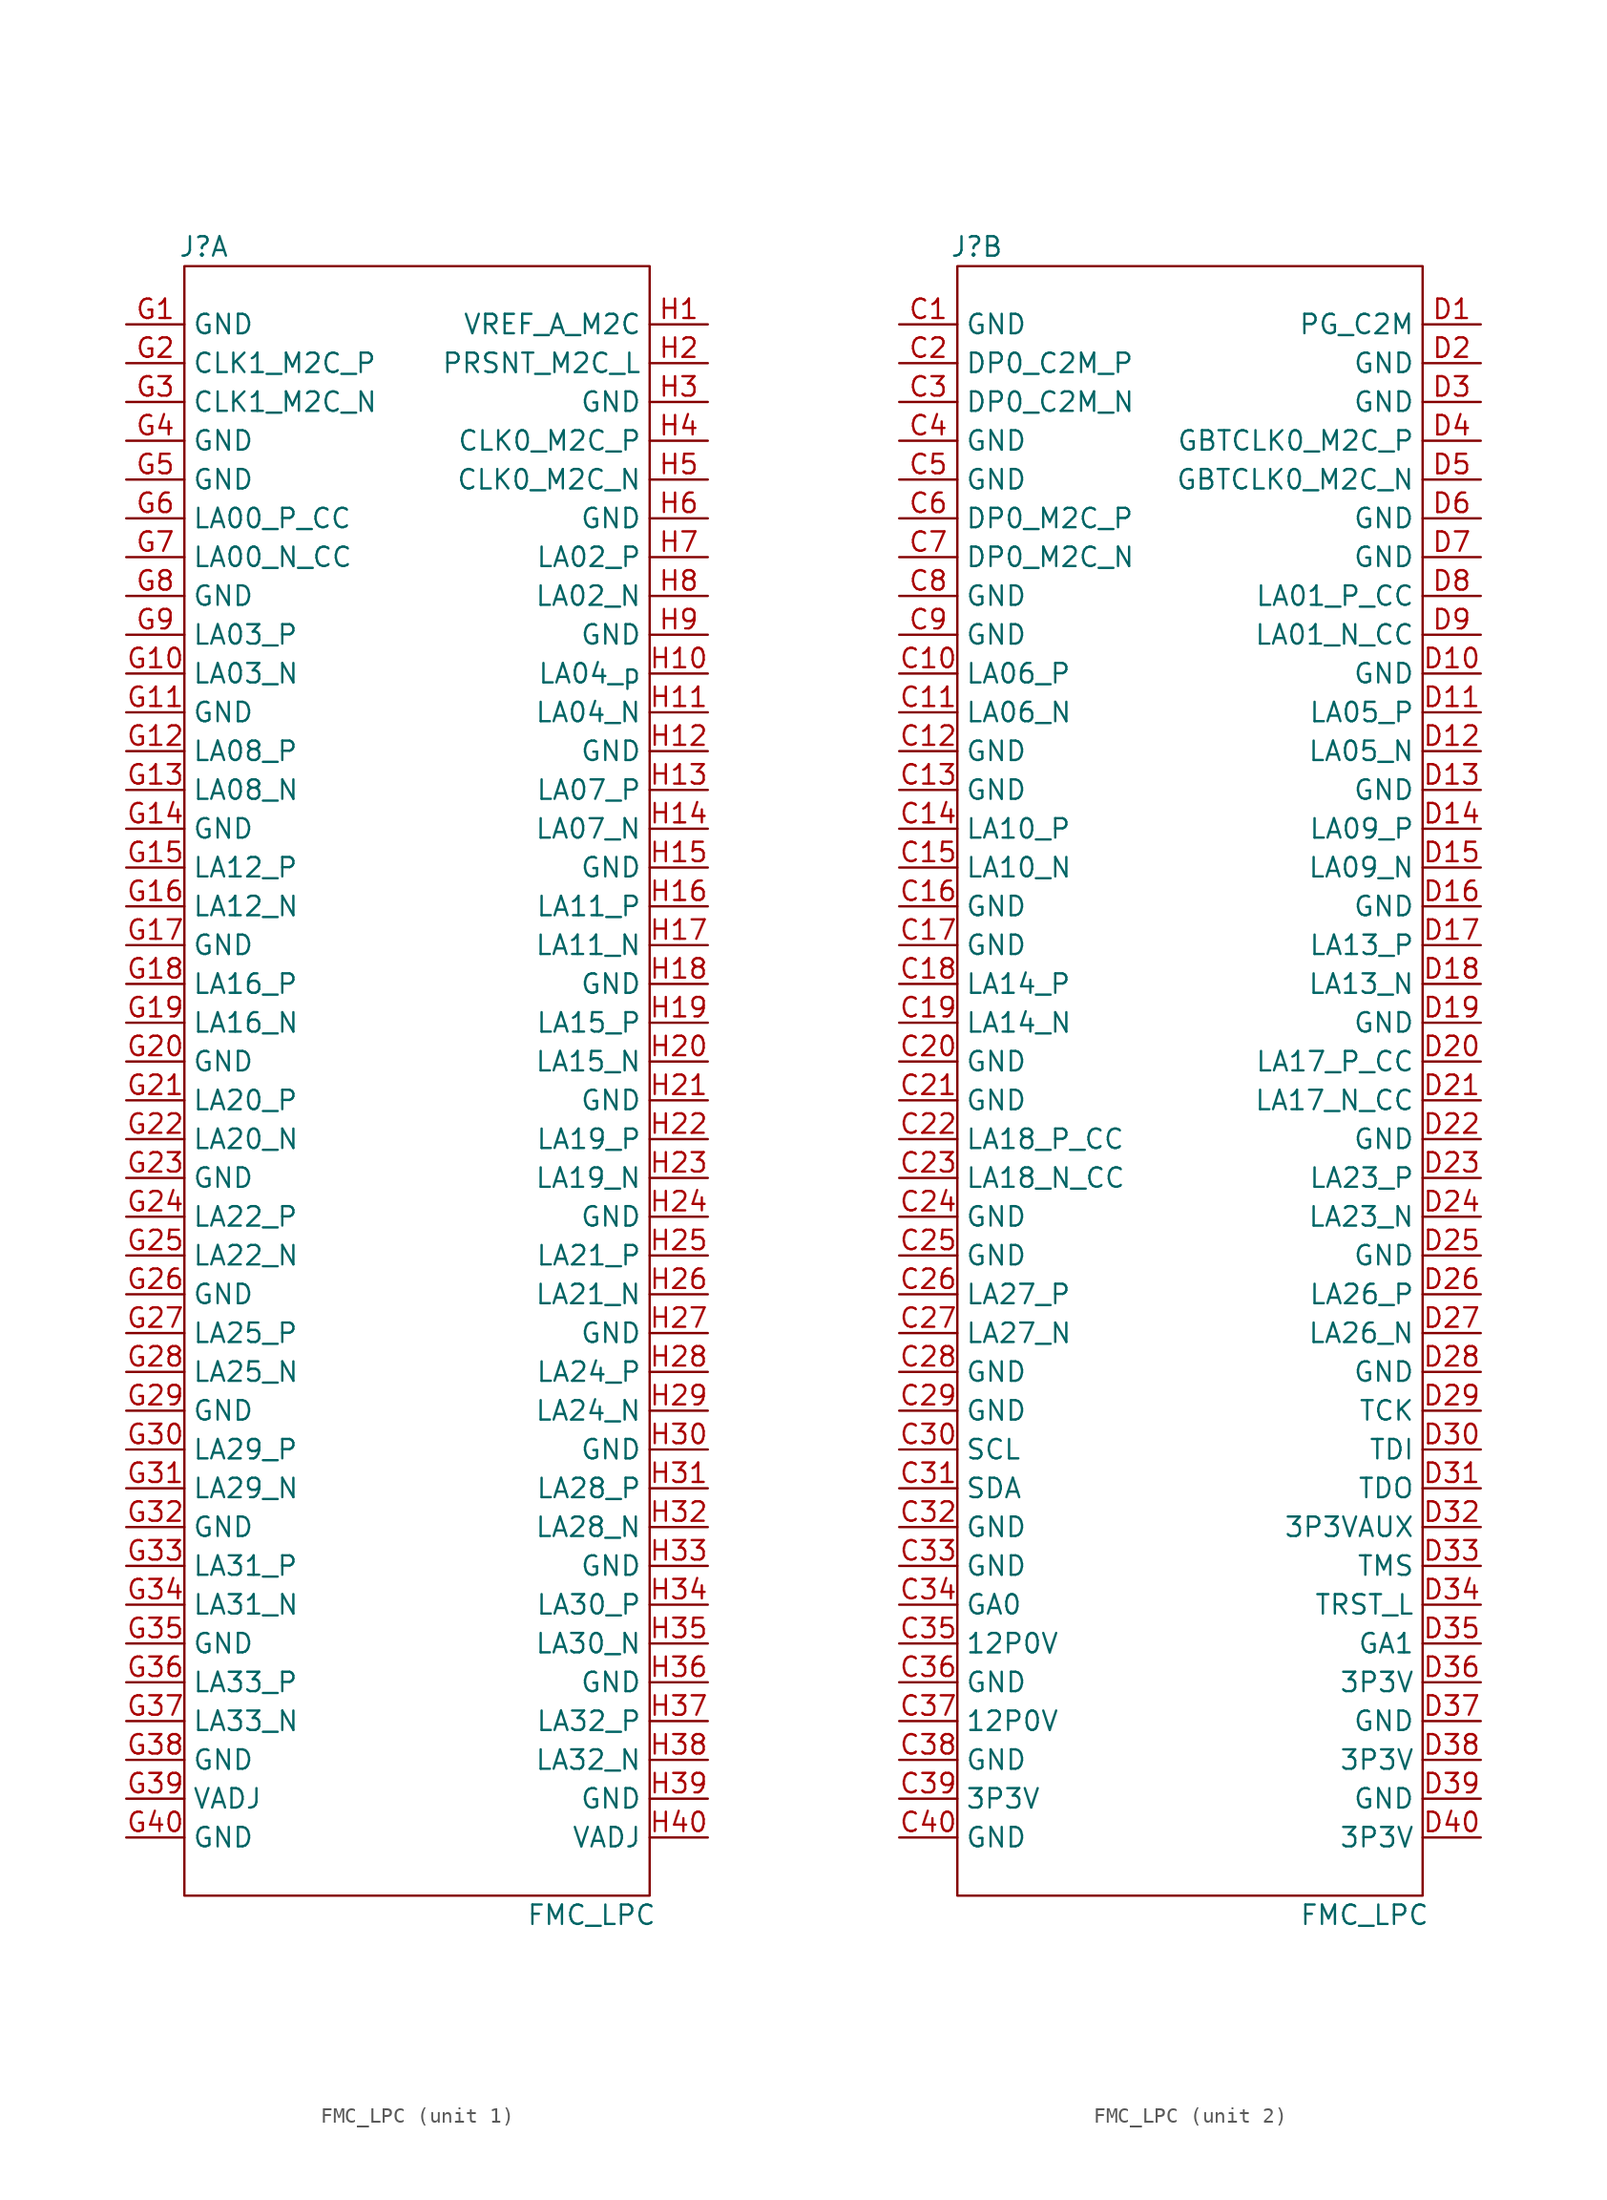
<source format=kicad_sym>
(kicad_symbol_lib
  (version 20211014)
  (generator kicad_symbol_editor)
  (symbol "FMC_LPC"
    (property "Reference" "J"
      (at -13.97 54.61 0)
      (effects (font (size 1.27 1.27))))
    (property "Value" "FMC_LPC"
      (at 11.43 -54.61 0)
      (effects (font (size 1.27 1.27))))
    (property "ki_locked" ""
      (at 0 0 0)
      (effects (font (size 1.27 1.27))))
    (symbol "FMC_LPC_0_1"
      (rectangle (start -15.24 53.34) (end 15.24 -53.34) (stroke (width 0) (type default) (color 0 0 0 0)) (fill (type none))))
    (symbol "FMC_LPC_1_1"
      (pin power_in line (at -19.05 49.53 0) (length 3.81) (name "GND" (effects (font (size 1.27 1.27)))) (number "G1" (effects (font (size 1.27 1.27)))))
      (pin bidirectional line (at -19.05 26.67 0) (length 3.81) (name "LA03_N" (effects (font (size 1.27 1.27)))) (number "G10" (effects (font (size 1.27 1.27)))))
      (pin power_in line (at -19.05 24.13 0) (length 3.81) (name "GND" (effects (font (size 1.27 1.27)))) (number "G11" (effects (font (size 1.27 1.27)))))
      (pin bidirectional line (at -19.05 21.59 0) (length 3.81) (name "LA08_P" (effects (font (size 1.27 1.27)))) (number "G12" (effects (font (size 1.27 1.27)))))
      (pin bidirectional line (at -19.05 19.05 0) (length 3.81) (name "LA08_N" (effects (font (size 1.27 1.27)))) (number "G13" (effects (font (size 1.27 1.27)))))
      (pin power_in line (at -19.05 16.51 0) (length 3.81) (name "GND" (effects (font (size 1.27 1.27)))) (number "G14" (effects (font (size 1.27 1.27)))))
      (pin bidirectional line (at -19.05 13.97 0) (length 3.81) (name "LA12_P" (effects (font (size 1.27 1.27)))) (number "G15" (effects (font (size 1.27 1.27)))))
      (pin bidirectional line (at -19.05 11.43 0) (length 3.81) (name "LA12_N" (effects (font (size 1.27 1.27)))) (number "G16" (effects (font (size 1.27 1.27)))))
      (pin power_in line (at -19.05 8.89 0) (length 3.81) (name "GND" (effects (font (size 1.27 1.27)))) (number "G17" (effects (font (size 1.27 1.27)))))
      (pin bidirectional line (at -19.05 6.35 0) (length 3.81) (name "LA16_P" (effects (font (size 1.27 1.27)))) (number "G18" (effects (font (size 1.27 1.27)))))
      (pin bidirectional line (at -19.05 3.81 0) (length 3.81) (name "LA16_N" (effects (font (size 1.27 1.27)))) (number "G19" (effects (font (size 1.27 1.27)))))
      (pin output line (at -19.05 46.99 0) (length 3.81) (name "CLK1_M2C_P" (effects (font (size 1.27 1.27)))) (number "G2" (effects (font (size 1.27 1.27)))))
      (pin power_in line (at -19.05 1.27 0) (length 3.81) (name "GND" (effects (font (size 1.27 1.27)))) (number "G20" (effects (font (size 1.27 1.27)))))
      (pin bidirectional line (at -19.05 -1.27 0) (length 3.81) (name "LA20_P" (effects (font (size 1.27 1.27)))) (number "G21" (effects (font (size 1.27 1.27)))))
      (pin bidirectional line (at -19.05 -3.81 0) (length 3.81) (name "LA20_N" (effects (font (size 1.27 1.27)))) (number "G22" (effects (font (size 1.27 1.27)))))
      (pin power_in line (at -19.05 -6.35 0) (length 3.81) (name "GND" (effects (font (size 1.27 1.27)))) (number "G23" (effects (font (size 1.27 1.27)))))
      (pin bidirectional line (at -19.05 -8.89 0) (length 3.81) (name "LA22_P" (effects (font (size 1.27 1.27)))) (number "G24" (effects (font (size 1.27 1.27)))))
      (pin bidirectional line (at -19.05 -11.43 0) (length 3.81) (name "LA22_N" (effects (font (size 1.27 1.27)))) (number "G25" (effects (font (size 1.27 1.27)))))
      (pin power_in line (at -19.05 -13.97 0) (length 3.81) (name "GND" (effects (font (size 1.27 1.27)))) (number "G26" (effects (font (size 1.27 1.27)))))
      (pin bidirectional line (at -19.05 -16.51 0) (length 3.81) (name "LA25_P" (effects (font (size 1.27 1.27)))) (number "G27" (effects (font (size 1.27 1.27)))))
      (pin bidirectional line (at -19.05 -19.05 0) (length 3.81) (name "LA25_N" (effects (font (size 1.27 1.27)))) (number "G28" (effects (font (size 1.27 1.27)))))
      (pin power_in line (at -19.05 -21.59 0) (length 3.81) (name "GND" (effects (font (size 1.27 1.27)))) (number "G29" (effects (font (size 1.27 1.27)))))
      (pin output line (at -19.05 44.45 0) (length 3.81) (name "CLK1_M2C_N" (effects (font (size 1.27 1.27)))) (number "G3" (effects (font (size 1.27 1.27)))))
      (pin bidirectional line (at -19.05 -24.13 0) (length 3.81) (name "LA29_P" (effects (font (size 1.27 1.27)))) (number "G30" (effects (font (size 1.27 1.27)))))
      (pin bidirectional line (at -19.05 -26.67 0) (length 3.81) (name "LA29_N" (effects (font (size 1.27 1.27)))) (number "G31" (effects (font (size 1.27 1.27)))))
      (pin power_in line (at -19.05 -29.21 0) (length 3.81) (name "GND" (effects (font (size 1.27 1.27)))) (number "G32" (effects (font (size 1.27 1.27)))))
      (pin bidirectional line (at -19.05 -31.75 0) (length 3.81) (name "LA31_P" (effects (font (size 1.27 1.27)))) (number "G33" (effects (font (size 1.27 1.27)))))
      (pin bidirectional line (at -19.05 -34.29 0) (length 3.81) (name "LA31_N" (effects (font (size 1.27 1.27)))) (number "G34" (effects (font (size 1.27 1.27)))))
      (pin power_in line (at -19.05 -36.83 0) (length 3.81) (name "GND" (effects (font (size 1.27 1.27)))) (number "G35" (effects (font (size 1.27 1.27)))))
      (pin bidirectional line (at -19.05 -39.37 0) (length 3.81) (name "LA33_P" (effects (font (size 1.27 1.27)))) (number "G36" (effects (font (size 1.27 1.27)))))
      (pin bidirectional line (at -19.05 -41.91 0) (length 3.81) (name "LA33_N" (effects (font (size 1.27 1.27)))) (number "G37" (effects (font (size 1.27 1.27)))))
      (pin power_in line (at -19.05 -44.45 0) (length 3.81) (name "GND" (effects (font (size 1.27 1.27)))) (number "G38" (effects (font (size 1.27 1.27)))))
      (pin power_in line (at -19.05 -46.99 0) (length 3.81) (name "VADJ" (effects (font (size 1.27 1.27)))) (number "G39" (effects (font (size 1.27 1.27)))))
      (pin power_in line (at -19.05 41.91 0) (length 3.81) (name "GND" (effects (font (size 1.27 1.27)))) (number "G4" (effects (font (size 1.27 1.27)))))
      (pin power_in line (at -19.05 -49.53 0) (length 3.81) (name "GND" (effects (font (size 1.27 1.27)))) (number "G40" (effects (font (size 1.27 1.27)))))
      (pin power_in line (at -19.05 39.37 0) (length 3.81) (name "GND" (effects (font (size 1.27 1.27)))) (number "G5" (effects (font (size 1.27 1.27)))))
      (pin bidirectional line (at -19.05 36.83 0) (length 3.81) (name "LA00_P_CC" (effects (font (size 1.27 1.27)))) (number "G6" (effects (font (size 1.27 1.27)))))
      (pin bidirectional line (at -19.05 34.29 0) (length 3.81) (name "LA00_N_CC" (effects (font (size 1.27 1.27)))) (number "G7" (effects (font (size 1.27 1.27)))))
      (pin power_in line (at -19.05 31.75 0) (length 3.81) (name "GND" (effects (font (size 1.27 1.27)))) (number "G8" (effects (font (size 1.27 1.27)))))
      (pin bidirectional line (at -19.05 29.21 0) (length 3.81) (name "LA03_P" (effects (font (size 1.27 1.27)))) (number "G9" (effects (font (size 1.27 1.27)))))
      (pin power_in line (at 19.05 49.53 180) (length 3.81) (name "VREF_A_M2C" (effects (font (size 1.27 1.27)))) (number "H1" (effects (font (size 1.27 1.27)))))
      (pin bidirectional line (at 19.05 26.67 180) (length 3.81) (name "LA04_p" (effects (font (size 1.27 1.27)))) (number "H10" (effects (font (size 1.27 1.27)))))
      (pin bidirectional line (at 19.05 24.13 180) (length 3.81) (name "LA04_N" (effects (font (size 1.27 1.27)))) (number "H11" (effects (font (size 1.27 1.27)))))
      (pin power_in line (at 19.05 21.59 180) (length 3.81) (name "GND" (effects (font (size 1.27 1.27)))) (number "H12" (effects (font (size 1.27 1.27)))))
      (pin bidirectional line (at 19.05 19.05 180) (length 3.81) (name "LA07_P" (effects (font (size 1.27 1.27)))) (number "H13" (effects (font (size 1.27 1.27)))))
      (pin bidirectional line (at 19.05 16.51 180) (length 3.81) (name "LA07_N" (effects (font (size 1.27 1.27)))) (number "H14" (effects (font (size 1.27 1.27)))))
      (pin power_in line (at 19.05 13.97 180) (length 3.81) (name "GND" (effects (font (size 1.27 1.27)))) (number "H15" (effects (font (size 1.27 1.27)))))
      (pin bidirectional line (at 19.05 11.43 180) (length 3.81) (name "LA11_P" (effects (font (size 1.27 1.27)))) (number "H16" (effects (font (size 1.27 1.27)))))
      (pin bidirectional line (at 19.05 8.89 180) (length 3.81) (name "LA11_N" (effects (font (size 1.27 1.27)))) (number "H17" (effects (font (size 1.27 1.27)))))
      (pin power_in line (at 19.05 6.35 180) (length 3.81) (name "GND" (effects (font (size 1.27 1.27)))) (number "H18" (effects (font (size 1.27 1.27)))))
      (pin bidirectional line (at 19.05 3.81 180) (length 3.81) (name "LA15_P" (effects (font (size 1.27 1.27)))) (number "H19" (effects (font (size 1.27 1.27)))))
      (pin input line (at 19.05 46.99 180) (length 3.81) (name "PRSNT_M2C_L" (effects (font (size 1.27 1.27)))) (number "H2" (effects (font (size 1.27 1.27)))))
      (pin bidirectional line (at 19.05 1.27 180) (length 3.81) (name "LA15_N" (effects (font (size 1.27 1.27)))) (number "H20" (effects (font (size 1.27 1.27)))))
      (pin power_in line (at 19.05 -1.27 180) (length 3.81) (name "GND" (effects (font (size 1.27 1.27)))) (number "H21" (effects (font (size 1.27 1.27)))))
      (pin bidirectional line (at 19.05 -3.81 180) (length 3.81) (name "LA19_P" (effects (font (size 1.27 1.27)))) (number "H22" (effects (font (size 1.27 1.27)))))
      (pin bidirectional line (at 19.05 -6.35 180) (length 3.81) (name "LA19_N" (effects (font (size 1.27 1.27)))) (number "H23" (effects (font (size 1.27 1.27)))))
      (pin power_in line (at 19.05 -8.89 180) (length 3.81) (name "GND" (effects (font (size 1.27 1.27)))) (number "H24" (effects (font (size 1.27 1.27)))))
      (pin bidirectional line (at 19.05 -11.43 180) (length 3.81) (name "LA21_P" (effects (font (size 1.27 1.27)))) (number "H25" (effects (font (size 1.27 1.27)))))
      (pin bidirectional line (at 19.05 -13.97 180) (length 3.81) (name "LA21_N" (effects (font (size 1.27 1.27)))) (number "H26" (effects (font (size 1.27 1.27)))))
      (pin power_in line (at 19.05 -16.51 180) (length 3.81) (name "GND" (effects (font (size 1.27 1.27)))) (number "H27" (effects (font (size 1.27 1.27)))))
      (pin bidirectional line (at 19.05 -19.05 180) (length 3.81) (name "LA24_P" (effects (font (size 1.27 1.27)))) (number "H28" (effects (font (size 1.27 1.27)))))
      (pin bidirectional line (at 19.05 -21.59 180) (length 3.81) (name "LA24_N" (effects (font (size 1.27 1.27)))) (number "H29" (effects (font (size 1.27 1.27)))))
      (pin power_in line (at 19.05 44.45 180) (length 3.81) (name "GND" (effects (font (size 1.27 1.27)))) (number "H3" (effects (font (size 1.27 1.27)))))
      (pin power_in line (at 19.05 -24.13 180) (length 3.81) (name "GND" (effects (font (size 1.27 1.27)))) (number "H30" (effects (font (size 1.27 1.27)))))
      (pin bidirectional line (at 19.05 -26.67 180) (length 3.81) (name "LA28_P" (effects (font (size 1.27 1.27)))) (number "H31" (effects (font (size 1.27 1.27)))))
      (pin bidirectional line (at 19.05 -29.21 180) (length 3.81) (name "LA28_N" (effects (font (size 1.27 1.27)))) (number "H32" (effects (font (size 1.27 1.27)))))
      (pin power_in line (at 19.05 -31.75 180) (length 3.81) (name "GND" (effects (font (size 1.27 1.27)))) (number "H33" (effects (font (size 1.27 1.27)))))
      (pin bidirectional line (at 19.05 -34.29 180) (length 3.81) (name "LA30_P" (effects (font (size 1.27 1.27)))) (number "H34" (effects (font (size 1.27 1.27)))))
      (pin bidirectional line (at 19.05 -36.83 180) (length 3.81) (name "LA30_N" (effects (font (size 1.27 1.27)))) (number "H35" (effects (font (size 1.27 1.27)))))
      (pin power_in line (at 19.05 -39.37 180) (length 3.81) (name "GND" (effects (font (size 1.27 1.27)))) (number "H36" (effects (font (size 1.27 1.27)))))
      (pin bidirectional line (at 19.05 -41.91 180) (length 3.81) (name "LA32_P" (effects (font (size 1.27 1.27)))) (number "H37" (effects (font (size 1.27 1.27)))))
      (pin bidirectional line (at 19.05 -44.45 180) (length 3.81) (name "LA32_N" (effects (font (size 1.27 1.27)))) (number "H38" (effects (font (size 1.27 1.27)))))
      (pin power_in line (at 19.05 -46.99 180) (length 3.81) (name "GND" (effects (font (size 1.27 1.27)))) (number "H39" (effects (font (size 1.27 1.27)))))
      (pin output line (at 19.05 41.91 180) (length 3.81) (name "CLK0_M2C_P" (effects (font (size 1.27 1.27)))) (number "H4" (effects (font (size 1.27 1.27)))))
      (pin power_in line (at 19.05 -49.53 180) (length 3.81) (name "VADJ" (effects (font (size 1.27 1.27)))) (number "H40" (effects (font (size 1.27 1.27)))))
      (pin output line (at 19.05 39.37 180) (length 3.81) (name "CLK0_M2C_N" (effects (font (size 1.27 1.27)))) (number "H5" (effects (font (size 1.27 1.27)))))
      (pin power_in line (at 19.05 36.83 180) (length 3.81) (name "GND" (effects (font (size 1.27 1.27)))) (number "H6" (effects (font (size 1.27 1.27)))))
      (pin bidirectional line (at 19.05 34.29 180) (length 3.81) (name "LA02_P" (effects (font (size 1.27 1.27)))) (number "H7" (effects (font (size 1.27 1.27)))))
      (pin bidirectional line (at 19.05 31.75 180) (length 3.81) (name "LA02_N" (effects (font (size 1.27 1.27)))) (number "H8" (effects (font (size 1.27 1.27)))))
      (pin power_in line (at 19.05 29.21 180) (length 3.81) (name "GND" (effects (font (size 1.27 1.27)))) (number "H9" (effects (font (size 1.27 1.27))))))
    (symbol "FMC_LPC_2_1"
      (pin power_in line (at -19.05 49.53 0) (length 3.81) (name "GND" (effects (font (size 1.27 1.27)))) (number "C1" (effects (font (size 1.27 1.27)))))
      (pin bidirectional line (at -19.05 26.67 0) (length 3.81) (name "LA06_P" (effects (font (size 1.27 1.27)))) (number "C10" (effects (font (size 1.27 1.27)))))
      (pin bidirectional line (at -19.05 24.13 0) (length 3.81) (name "LA06_N" (effects (font (size 1.27 1.27)))) (number "C11" (effects (font (size 1.27 1.27)))))
      (pin power_in line (at -19.05 21.59 0) (length 3.81) (name "GND" (effects (font (size 1.27 1.27)))) (number "C12" (effects (font (size 1.27 1.27)))))
      (pin power_in line (at -19.05 19.05 0) (length 3.81) (name "GND" (effects (font (size 1.27 1.27)))) (number "C13" (effects (font (size 1.27 1.27)))))
      (pin bidirectional line (at -19.05 16.51 0) (length 3.81) (name "LA10_P" (effects (font (size 1.27 1.27)))) (number "C14" (effects (font (size 1.27 1.27)))))
      (pin bidirectional line (at -19.05 13.97 0) (length 3.81) (name "LA10_N" (effects (font (size 1.27 1.27)))) (number "C15" (effects (font (size 1.27 1.27)))))
      (pin power_in line (at -19.05 11.43 0) (length 3.81) (name "GND" (effects (font (size 1.27 1.27)))) (number "C16" (effects (font (size 1.27 1.27)))))
      (pin power_in line (at -19.05 8.89 0) (length 3.81) (name "GND" (effects (font (size 1.27 1.27)))) (number "C17" (effects (font (size 1.27 1.27)))))
      (pin bidirectional line (at -19.05 6.35 0) (length 3.81) (name "LA14_P" (effects (font (size 1.27 1.27)))) (number "C18" (effects (font (size 1.27 1.27)))))
      (pin bidirectional line (at -19.05 3.81 0) (length 3.81) (name "LA14_N" (effects (font (size 1.27 1.27)))) (number "C19" (effects (font (size 1.27 1.27)))))
      (pin input line (at -19.05 46.99 0) (length 3.81) (name "DP0_C2M_P" (effects (font (size 1.27 1.27)))) (number "C2" (effects (font (size 1.27 1.27)))))
      (pin power_in line (at -19.05 1.27 0) (length 3.81) (name "GND" (effects (font (size 1.27 1.27)))) (number "C20" (effects (font (size 1.27 1.27)))))
      (pin power_in line (at -19.05 -1.27 0) (length 3.81) (name "GND" (effects (font (size 1.27 1.27)))) (number "C21" (effects (font (size 1.27 1.27)))))
      (pin bidirectional line (at -19.05 -3.81 0) (length 3.81) (name "LA18_P_CC" (effects (font (size 1.27 1.27)))) (number "C22" (effects (font (size 1.27 1.27)))))
      (pin bidirectional line (at -19.05 -6.35 0) (length 3.81) (name "LA18_N_CC" (effects (font (size 1.27 1.27)))) (number "C23" (effects (font (size 1.27 1.27)))))
      (pin power_in line (at -19.05 -8.89 0) (length 3.81) (name "GND" (effects (font (size 1.27 1.27)))) (number "C24" (effects (font (size 1.27 1.27)))))
      (pin power_in line (at -19.05 -11.43 0) (length 3.81) (name "GND" (effects (font (size 1.27 1.27)))) (number "C25" (effects (font (size 1.27 1.27)))))
      (pin bidirectional line (at -19.05 -13.97 0) (length 3.81) (name "LA27_P" (effects (font (size 1.27 1.27)))) (number "C26" (effects (font (size 1.27 1.27)))))
      (pin bidirectional line (at -19.05 -16.51 0) (length 3.81) (name "LA27_N" (effects (font (size 1.27 1.27)))) (number "C27" (effects (font (size 1.27 1.27)))))
      (pin power_in line (at -19.05 -19.05 0) (length 3.81) (name "GND" (effects (font (size 1.27 1.27)))) (number "C28" (effects (font (size 1.27 1.27)))))
      (pin power_in line (at -19.05 -21.59 0) (length 3.81) (name "GND" (effects (font (size 1.27 1.27)))) (number "C29" (effects (font (size 1.27 1.27)))))
      (pin input line (at -19.05 44.45 0) (length 3.81) (name "DP0_C2M_N" (effects (font (size 1.27 1.27)))) (number "C3" (effects (font (size 1.27 1.27)))))
      (pin input line (at -19.05 -24.13 0) (length 3.81) (name "SCL" (effects (font (size 1.27 1.27)))) (number "C30" (effects (font (size 1.27 1.27)))))
      (pin input line (at -19.05 -26.67 0) (length 3.81) (name "SDA" (effects (font (size 1.27 1.27)))) (number "C31" (effects (font (size 1.27 1.27)))))
      (pin power_in line (at -19.05 -29.21 0) (length 3.81) (name "GND" (effects (font (size 1.27 1.27)))) (number "C32" (effects (font (size 1.27 1.27)))))
      (pin power_in line (at -19.05 -31.75 0) (length 3.81) (name "GND" (effects (font (size 1.27 1.27)))) (number "C33" (effects (font (size 1.27 1.27)))))
      (pin input line (at -19.05 -34.29 0) (length 3.81) (name "GA0" (effects (font (size 1.27 1.27)))) (number "C34" (effects (font (size 1.27 1.27)))))
      (pin power_in line (at -19.05 -36.83 0) (length 3.81) (name "12P0V" (effects (font (size 1.27 1.27)))) (number "C35" (effects (font (size 1.27 1.27)))))
      (pin power_in line (at -19.05 -39.37 0) (length 3.81) (name "GND" (effects (font (size 1.27 1.27)))) (number "C36" (effects (font (size 1.27 1.27)))))
      (pin power_in line (at -19.05 -41.91 0) (length 3.81) (name "12P0V" (effects (font (size 1.27 1.27)))) (number "C37" (effects (font (size 1.27 1.27)))))
      (pin power_in line (at -19.05 -44.45 0) (length 3.81) (name "GND" (effects (font (size 1.27 1.27)))) (number "C38" (effects (font (size 1.27 1.27)))))
      (pin power_in line (at -19.05 -46.99 0) (length 3.81) (name "3P3V" (effects (font (size 1.27 1.27)))) (number "C39" (effects (font (size 1.27 1.27)))))
      (pin power_in line (at -19.05 41.91 0) (length 3.81) (name "GND" (effects (font (size 1.27 1.27)))) (number "C4" (effects (font (size 1.27 1.27)))))
      (pin power_in line (at -19.05 -49.53 0) (length 3.81) (name "GND" (effects (font (size 1.27 1.27)))) (number "C40" (effects (font (size 1.27 1.27)))))
      (pin power_in line (at -19.05 39.37 0) (length 3.81) (name "GND" (effects (font (size 1.27 1.27)))) (number "C5" (effects (font (size 1.27 1.27)))))
      (pin input line (at -19.05 36.83 0) (length 3.81) (name "DP0_M2C_P" (effects (font (size 1.27 1.27)))) (number "C6" (effects (font (size 1.27 1.27)))))
      (pin input line (at -19.05 34.29 0) (length 3.81) (name "DP0_M2C_N" (effects (font (size 1.27 1.27)))) (number "C7" (effects (font (size 1.27 1.27)))))
      (pin power_in line (at -19.05 31.75 0) (length 3.81) (name "GND" (effects (font (size 1.27 1.27)))) (number "C8" (effects (font (size 1.27 1.27)))))
      (pin power_in line (at -19.05 29.21 0) (length 3.81) (name "GND" (effects (font (size 1.27 1.27)))) (number "C9" (effects (font (size 1.27 1.27)))))
      (pin input line (at 19.05 49.53 180) (length 3.81) (name "PG_C2M" (effects (font (size 1.27 1.27)))) (number "D1" (effects (font (size 1.27 1.27)))))
      (pin power_in line (at 19.05 26.67 180) (length 3.81) (name "GND" (effects (font (size 1.27 1.27)))) (number "D10" (effects (font (size 1.27 1.27)))))
      (pin bidirectional line (at 19.05 24.13 180) (length 3.81) (name "LA05_P" (effects (font (size 1.27 1.27)))) (number "D11" (effects (font (size 1.27 1.27)))))
      (pin bidirectional line (at 19.05 21.59 180) (length 3.81) (name "LA05_N" (effects (font (size 1.27 1.27)))) (number "D12" (effects (font (size 1.27 1.27)))))
      (pin power_in line (at 19.05 19.05 180) (length 3.81) (name "GND" (effects (font (size 1.27 1.27)))) (number "D13" (effects (font (size 1.27 1.27)))))
      (pin bidirectional line (at 19.05 16.51 180) (length 3.81) (name "LA09_P" (effects (font (size 1.27 1.27)))) (number "D14" (effects (font (size 1.27 1.27)))))
      (pin bidirectional line (at 19.05 13.97 180) (length 3.81) (name "LA09_N" (effects (font (size 1.27 1.27)))) (number "D15" (effects (font (size 1.27 1.27)))))
      (pin power_in line (at 19.05 11.43 180) (length 3.81) (name "GND" (effects (font (size 1.27 1.27)))) (number "D16" (effects (font (size 1.27 1.27)))))
      (pin bidirectional line (at 19.05 8.89 180) (length 3.81) (name "LA13_P" (effects (font (size 1.27 1.27)))) (number "D17" (effects (font (size 1.27 1.27)))))
      (pin bidirectional line (at 19.05 6.35 180) (length 3.81) (name "LA13_N" (effects (font (size 1.27 1.27)))) (number "D18" (effects (font (size 1.27 1.27)))))
      (pin power_in line (at 19.05 3.81 180) (length 3.81) (name "GND" (effects (font (size 1.27 1.27)))) (number "D19" (effects (font (size 1.27 1.27)))))
      (pin power_in line (at 19.05 46.99 180) (length 3.81) (name "GND" (effects (font (size 1.27 1.27)))) (number "D2" (effects (font (size 1.27 1.27)))))
      (pin bidirectional line (at 19.05 1.27 180) (length 3.81) (name "LA17_P_CC" (effects (font (size 1.27 1.27)))) (number "D20" (effects (font (size 1.27 1.27)))))
      (pin bidirectional line (at 19.05 -1.27 180) (length 3.81) (name "LA17_N_CC" (effects (font (size 1.27 1.27)))) (number "D21" (effects (font (size 1.27 1.27)))))
      (pin power_in line (at 19.05 -3.81 180) (length 3.81) (name "GND" (effects (font (size 1.27 1.27)))) (number "D22" (effects (font (size 1.27 1.27)))))
      (pin bidirectional line (at 19.05 -6.35 180) (length 3.81) (name "LA23_P" (effects (font (size 1.27 1.27)))) (number "D23" (effects (font (size 1.27 1.27)))))
      (pin bidirectional line (at 19.05 -8.89 180) (length 3.81) (name "LA23_N" (effects (font (size 1.27 1.27)))) (number "D24" (effects (font (size 1.27 1.27)))))
      (pin power_in line (at 19.05 -11.43 180) (length 3.81) (name "GND" (effects (font (size 1.27 1.27)))) (number "D25" (effects (font (size 1.27 1.27)))))
      (pin bidirectional line (at 19.05 -13.97 180) (length 3.81) (name "LA26_P" (effects (font (size 1.27 1.27)))) (number "D26" (effects (font (size 1.27 1.27)))))
      (pin bidirectional line (at 19.05 -16.51 180) (length 3.81) (name "LA26_N" (effects (font (size 1.27 1.27)))) (number "D27" (effects (font (size 1.27 1.27)))))
      (pin power_in line (at 19.05 -19.05 180) (length 3.81) (name "GND" (effects (font (size 1.27 1.27)))) (number "D28" (effects (font (size 1.27 1.27)))))
      (pin input line (at 19.05 -21.59 180) (length 3.81) (name "TCK" (effects (font (size 1.27 1.27)))) (number "D29" (effects (font (size 1.27 1.27)))))
      (pin power_in line (at 19.05 44.45 180) (length 3.81) (name "GND" (effects (font (size 1.27 1.27)))) (number "D3" (effects (font (size 1.27 1.27)))))
      (pin input line (at 19.05 -24.13 180) (length 3.81) (name "TDI" (effects (font (size 1.27 1.27)))) (number "D30" (effects (font (size 1.27 1.27)))))
      (pin input line (at 19.05 -26.67 180) (length 3.81) (name "TDO" (effects (font (size 1.27 1.27)))) (number "D31" (effects (font (size 1.27 1.27)))))
      (pin power_in line (at 19.05 -29.21 180) (length 3.81) (name "3P3VAUX" (effects (font (size 1.27 1.27)))) (number "D32" (effects (font (size 1.27 1.27)))))
      (pin input line (at 19.05 -31.75 180) (length 3.81) (name "TMS" (effects (font (size 1.27 1.27)))) (number "D33" (effects (font (size 1.27 1.27)))))
      (pin input line (at 19.05 -34.29 180) (length 3.81) (name "TRST_L" (effects (font (size 1.27 1.27)))) (number "D34" (effects (font (size 1.27 1.27)))))
      (pin input line (at 19.05 -36.83 180) (length 3.81) (name "GA1" (effects (font (size 1.27 1.27)))) (number "D35" (effects (font (size 1.27 1.27)))))
      (pin power_in line (at 19.05 -39.37 180) (length 3.81) (name "3P3V" (effects (font (size 1.27 1.27)))) (number "D36" (effects (font (size 1.27 1.27)))))
      (pin power_in line (at 19.05 -41.91 180) (length 3.81) (name "GND" (effects (font (size 1.27 1.27)))) (number "D37" (effects (font (size 1.27 1.27)))))
      (pin power_in line (at 19.05 -44.45 180) (length 3.81) (name "3P3V" (effects (font (size 1.27 1.27)))) (number "D38" (effects (font (size 1.27 1.27)))))
      (pin power_in line (at 19.05 -46.99 180) (length 3.81) (name "GND" (effects (font (size 1.27 1.27)))) (number "D39" (effects (font (size 1.27 1.27)))))
      (pin input line (at 19.05 41.91 180) (length 3.81) (name "GBTCLK0_M2C_P" (effects (font (size 1.27 1.27)))) (number "D4" (effects (font (size 1.27 1.27)))))
      (pin power_in line (at 19.05 -49.53 180) (length 3.81) (name "3P3V" (effects (font (size 1.27 1.27)))) (number "D40" (effects (font (size 1.27 1.27)))))
      (pin input line (at 19.05 39.37 180) (length 3.81) (name "GBTCLK0_M2C_N" (effects (font (size 1.27 1.27)))) (number "D5" (effects (font (size 1.27 1.27)))))
      (pin power_in line (at 19.05 36.83 180) (length 3.81) (name "GND" (effects (font (size 1.27 1.27)))) (number "D6" (effects (font (size 1.27 1.27)))))
      (pin power_in line (at 19.05 34.29 180) (length 3.81) (name "GND" (effects (font (size 1.27 1.27)))) (number "D7" (effects (font (size 1.27 1.27)))))
      (pin bidirectional line (at 19.05 31.75 180) (length 3.81) (name "LA01_P_CC" (effects (font (size 1.27 1.27)))) (number "D8" (effects (font (size 1.27 1.27)))))
      (pin bidirectional line (at 19.05 29.21 180) (length 3.81) (name "LA01_N_CC" (effects (font (size 1.27 1.27)))) (number "D9" (effects (font (size 1.27 1.27))))))))
</source>
